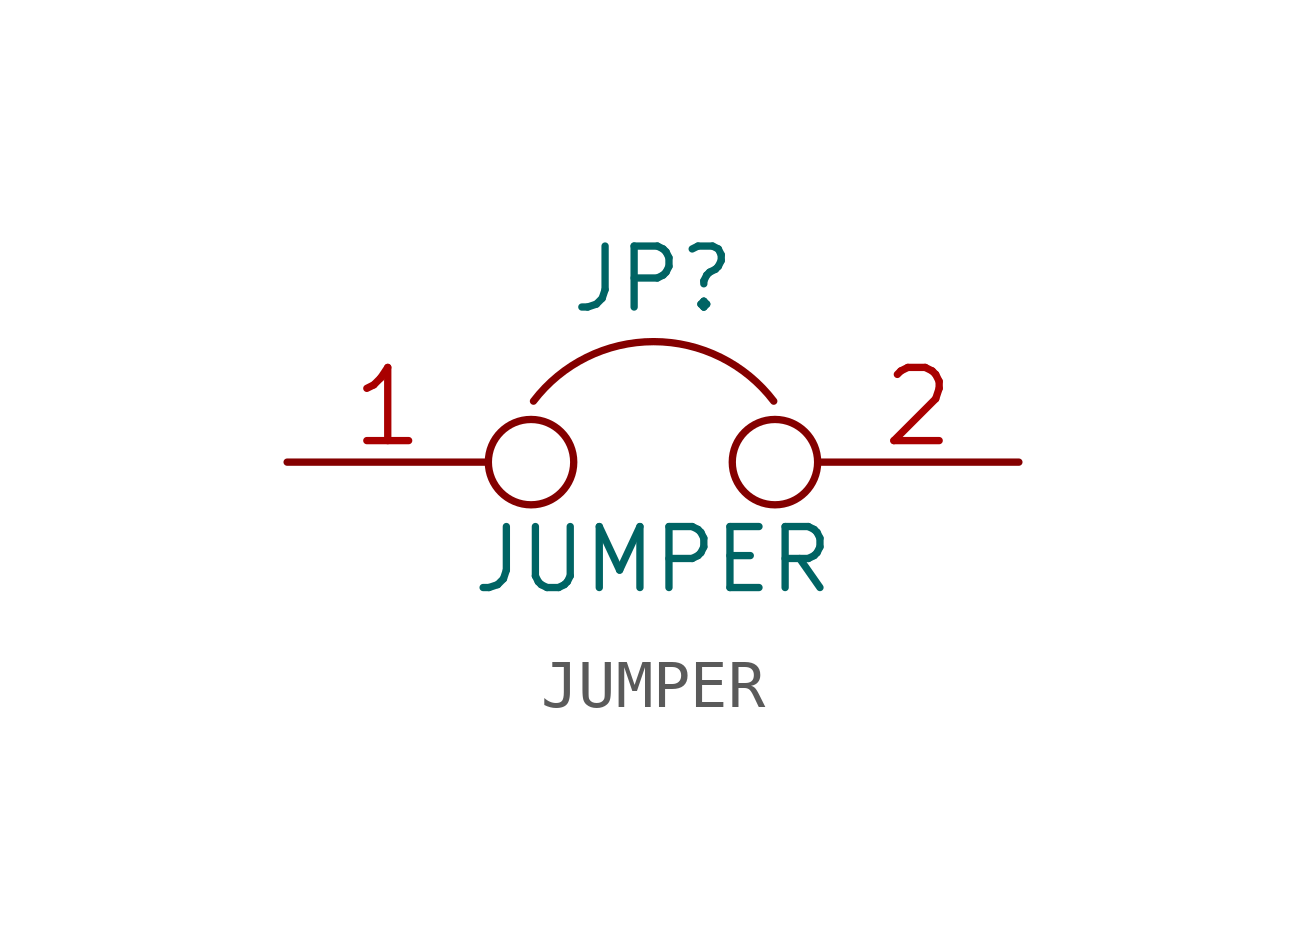
<source format=kicad_sym>
(kicad_symbol_lib
  (version 20220914)
  (generator kicad_symbol_editor)
  (symbol "JUMPER"
    (pin_names
      (offset 0.762) hide)
    (property "Reference" "JP"
      (at 0 3.81 0)
      (effects (font (size 1.27 1.27))))
    (property "Value" "JUMPER"
      (at 0 -2.032 0)
      (effects (font (size 1.27 1.27))))
    (symbol "JUMPER_0_1"
      (circle (center -2.54 0) (radius 0.889) (stroke (width 0) (type solid)) (fill (type none)))
      (arc (start 2.5146 1.27) (mid 0.0078 2.5097) (end -2.4892 1.27) (stroke (width 0) (type solid)) (fill (type none)))
      (circle (center 2.54 0) (radius 0.889) (stroke (width 0) (type solid)) (fill (type none)))
      (pin passive line (at -7.62 0 0) (length 4.191) (name "1" (effects (font (size 1.524 1.524)))) (number "1" (effects (font (size 1.524 1.524)))))
      (pin passive line (at 7.62 0 180) (length 4.191) (name "2" (effects (font (size 1.524 1.524)))) (number "2" (effects (font (size 1.524 1.524))))))))
</source>
